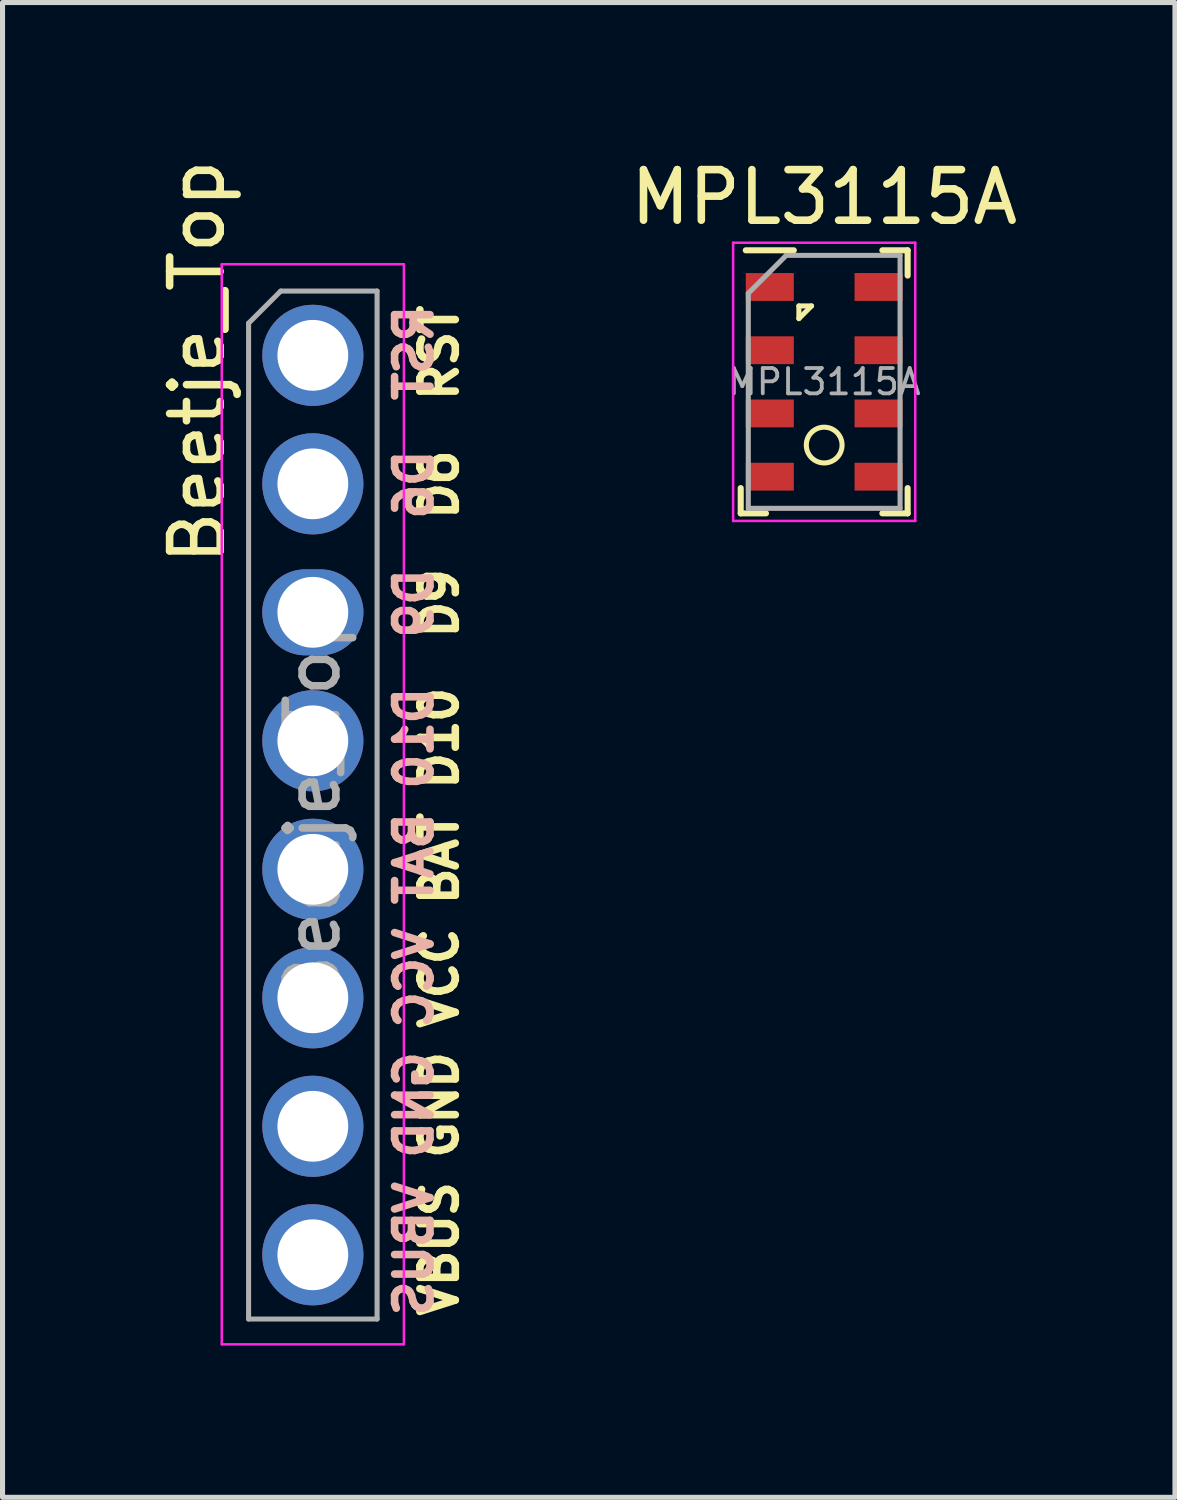
<source format=kicad_pcb>
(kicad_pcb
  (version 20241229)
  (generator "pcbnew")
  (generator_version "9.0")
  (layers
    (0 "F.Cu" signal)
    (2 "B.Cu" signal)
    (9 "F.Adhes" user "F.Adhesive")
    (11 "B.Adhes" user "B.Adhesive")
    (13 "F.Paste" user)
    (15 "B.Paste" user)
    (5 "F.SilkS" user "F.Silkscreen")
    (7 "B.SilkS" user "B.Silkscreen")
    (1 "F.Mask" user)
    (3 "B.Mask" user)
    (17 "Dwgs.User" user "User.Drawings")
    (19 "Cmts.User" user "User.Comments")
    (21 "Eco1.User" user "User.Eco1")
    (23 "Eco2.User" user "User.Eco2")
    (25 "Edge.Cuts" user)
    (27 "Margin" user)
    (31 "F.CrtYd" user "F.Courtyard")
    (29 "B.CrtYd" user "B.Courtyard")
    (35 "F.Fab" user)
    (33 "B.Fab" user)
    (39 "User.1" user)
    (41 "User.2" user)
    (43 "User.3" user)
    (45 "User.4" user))
  (footprint "Beetje_Top"
    (layer "F.Cu")
    (at 3.134 3.974)
    (property "Reference" "Beetje_Top" (at -2.286 0.127 90) (layer "F.SilkS") (effects (font (size 1 1) (thickness 0.15))))
    (attr through_hole)
    (fp_line (start -1.8 -1.8) (end -1.8 19.55) (stroke (width 0.05) (type solid)) (layer "F.CrtYd"))
    (fp_line (start -1.8 19.55) (end 1.8 19.55) (stroke (width 0.05) (type solid)) (layer "F.CrtYd"))
    (fp_line (start 1.8 -1.8) (end -1.8 -1.8) (stroke (width 0.05) (type solid)) (layer "F.CrtYd"))
    (fp_line (start 1.8 19.55) (end 1.8 -1.8) (stroke (width 0.05) (type solid)) (layer "F.CrtYd"))
    (fp_line (start -1.27 -0.635) (end -0.635 -1.27) (stroke (width 0.1) (type solid)) (layer "F.Fab"))
    (fp_line (start -1.27 19.05) (end -1.27 -0.635) (stroke (width 0.1) (type solid)) (layer "F.Fab"))
    (fp_line (start -0.635 -1.27) (end 1.27 -1.27) (stroke (width 0.1) (type solid)) (layer "F.Fab"))
    (fp_line (start 1.27 -1.27) (end 1.27 19.05) (stroke (width 0.1) (type solid)) (layer "F.Fab"))
    (fp_line (start 1.27 19.05) (end -1.27 19.05) (stroke (width 0.1) (type solid)) (layer "F.Fab"))
    (fp_text user "VBUS GND VCC BAT D10  D9  D6  RST" (at 2.5 9 90) (layer "F.SilkS") (effects (font (size 0.7 0.675) (thickness 0.15))))
    (fp_text user "RST  D6  D9  D10 BAT VCC GND VBUS" (at 2 9 90) (layer "B.SilkS") (effects (font (size 0.7 0.675) (thickness 0.15)) (justify mirror)))
    (fp_text user "${REFERENCE}" (at 0 8.89 90) (layer "F.Fab") (effects (font (size 1 1) (thickness 0.15))))
    (pad "1" thru_hole circle (at 0 0) (size 2 2) (drill 1.4) (layers "*.Cu" "*.Mask"))
    (pad "2" thru_hole oval (at 0 2.54) (size 2 2) (drill 1.4) (layers "*.Cu" "*.Mask"))
    (pad "3" thru_hole oval (at 0 5.08) (size 2 1.7) (drill 1.4) (layers "*.Cu" "*.Mask"))
    (pad "4" thru_hole oval (at 0 7.62) (size 2 2) (drill 1.4) (layers "*.Cu" "*.Mask"))
    (pad "5" thru_hole circle (at 0 10.16) (size 2 2) (drill 1.4) (layers "*.Cu" "*.Mask"))
    (pad "6" thru_hole circle (at 0 12.7) (size 2 2) (drill 1.4) (layers "*.Cu" "*.Mask"))
    (pad "7" thru_hole circle (at 0 15.24) (size 2 2) (drill 1.4) (layers "*.Cu" "*.Mask"))
    (pad "8" thru_hole circle (at 0 17.78) (size 2 2) (drill 1.4) (layers "*.Cu" "*.Mask")))
  (footprint "MPL3115A"
    (layer "F.Cu")
    (at 13.242 4.498)
    (property "Reference" "MPL3115A" (at 0 -3.65 0) (layer "F.SilkS") (effects (font (size 1 1) (thickness 0.15))))
    (attr smd)
    (fp_line (start -1.65 2.6) (end -1.65 2.1) (stroke (width 0.12) (type solid)) (layer "F.SilkS"))
    (fp_line (start -1.55 -2.6) (end -0.6 -2.6) (stroke (width 0.12) (type solid)) (layer "F.SilkS"))
    (fp_line (start -1.15 2.6) (end -1.65 2.6) (stroke (width 0.12) (type solid)) (layer "F.SilkS"))
    (fp_line (start -0.5 -1.5) (end -0.5 -1.25) (stroke (width 0.1) (type solid)) (layer "F.SilkS"))
    (fp_line (start -0.5 -1.25) (end -0.25 -1.5) (stroke (width 0.1) (type solid)) (layer "F.SilkS"))
    (fp_line (start -0.25 -1.5) (end -0.5 -1.5) (stroke (width 0.1) (type solid)) (layer "F.SilkS"))
    (fp_line (start 1.15 -2.6) (end 1.65 -2.6) (stroke (width 0.12) (type solid)) (layer "F.SilkS"))
    (fp_line (start 1.65 -2.6) (end 1.65 -2.1) (stroke (width 0.12) (type solid)) (layer "F.SilkS"))
    (fp_line (start 1.65 2.1) (end 1.65 2.6) (stroke (width 0.12) (type solid)) (layer "F.SilkS"))
    (fp_line (start 1.65 2.6) (end 1.15 2.6) (stroke (width 0.12) (type solid)) (layer "F.SilkS"))
    (fp_circle (center 0 1.25) (end 0.25 1.5) (stroke (width 0.1) (type solid)) (fill no) (layer "F.SilkS"))
    (fp_line (start -1.8 -2.75) (end -1.8 2.75) (stroke (width 0.05) (type solid)) (layer "F.CrtYd"))
    (fp_line (start -1.8 -2.75) (end 1.8 -2.75) (stroke (width 0.05) (type solid)) (layer "F.CrtYd"))
    (fp_line (start 1.8 2.75) (end -1.8 2.75) (stroke (width 0.05) (type solid)) (layer "F.CrtYd"))
    (fp_line (start 1.8 2.75) (end 1.8 -2.75) (stroke (width 0.05) (type solid)) (layer "F.CrtYd"))
    (fp_line (start -1.5 -1.75) (end -0.75 -2.5) (stroke (width 0.1) (type solid)) (layer "F.Fab"))
    (fp_line (start -1.5 2.5) (end -1.5 -1.75) (stroke (width 0.1) (type solid)) (layer "F.Fab"))
    (fp_line (start -0.75 -2.5) (end 1.5 -2.5) (stroke (width 0.1) (type solid)) (layer "F.Fab"))
    (fp_line (start 1.5 -2.5) (end 1.5 2.5) (stroke (width 0.1) (type solid)) (layer "F.Fab"))
    (fp_line (start 1.5 2.5) (end -1.5 2.5) (stroke (width 0.1) (type solid)) (layer "F.Fab"))
    (fp_text user "${REFERENCE}" (at 0 0 0) (layer "F.Fab") (effects (font (size 0.5 0.5) (thickness 0.075))))
    (pad "1" smd rect (at -1.075 -1.875) (size 0.95 0.55) (layers "F.Cu" "F.Mask" "F.Paste"))
    (pad "2" smd rect (at -1.075 -0.625) (size 0.95 0.55) (layers "F.Cu" "F.Mask" "F.Paste"))
    (pad "3" smd rect (at -1.075 0.625) (size 0.95 0.55) (layers "F.Cu" "F.Mask" "F.Paste"))
    (pad "4" smd rect (at -1.075 1.875) (size 0.95 0.55) (layers "F.Cu" "F.Mask" "F.Paste"))
    (pad "5" smd rect (at 1.075 1.875) (size 0.95 0.55) (layers "F.Cu" "F.Mask" "F.Paste"))
    (pad "6" smd rect (at 1.075 0.625) (size 0.95 0.55) (layers "F.Cu" "F.Mask" "F.Paste"))
    (pad "7" smd rect (at 1.075 -0.625) (size 0.95 0.55) (layers "F.Cu" "F.Mask" "F.Paste"))
    (pad "8" smd rect (at 1.075 -1.875) (size 0.95 0.55) (layers "F.Cu" "F.Mask" "F.Paste")))
  (gr_rect
    (start -3 -3)
    (end 20.176 26.549)
    (stroke (width 0.1) (type default))
    (fill no)
    (layer "Edge.Cuts")))
</source>
